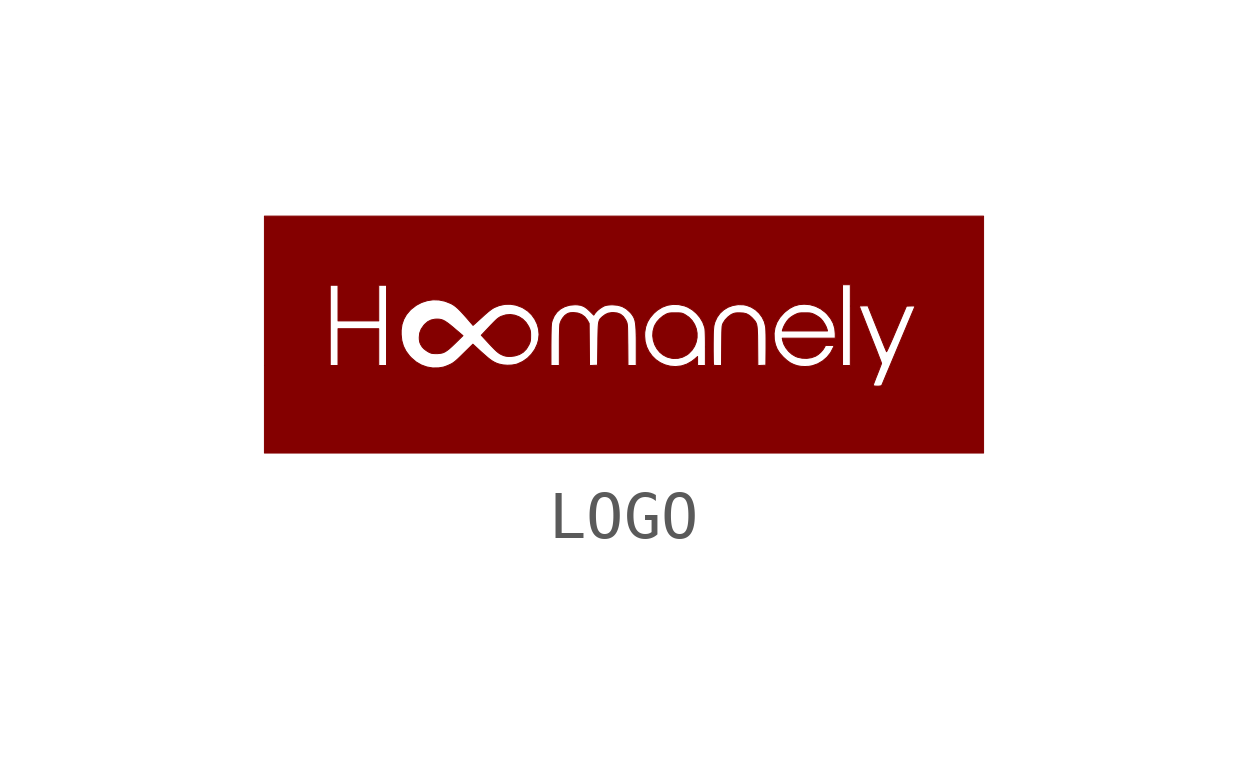
<source format=kicad_sym>
(kicad_symbol_lib
  (version 20220914)
  (generator bitmap2component)
  (symbol "LOGO"
    (pin_names
      (offset 1.016))
    (property "Reference" "#G"
      (at 0 1.84 0)
      (effects (font (size 1.27 1.27)) hide))
    (symbol "LOGO_0_0"
      (polyline (pts (xy 7.506 -0.006) (xy 7.506 2.463) (xy 0.012 2.463) (xy -7.483 2.463) (xy -7.483 -0.006) (xy -7.483 -0.651) (xy -6.112 -0.651) (xy -6.112 0.186) (xy -6.112 1.022) (xy -6.03 1.022) (xy -5.949 1.022) (xy -5.949 0.651) (xy -5.949 0.279) (xy -5.525 0.279) (xy -5.101 0.279) (xy -5.101 0.651) (xy -5.101 1.022) (xy -5.02 1.022) (xy -4.938 1.022) (xy -4.938 0.186) (xy -4.938 -0.006) (xy -4.633 -0.006) (xy -4.633 0.085) (xy -4.616 0.204) (xy -4.579 0.312) (xy -4.523 0.411) (xy -4.445 0.503) (xy -4.419 0.527) (xy -4.318 0.605) (xy -4.207 0.663) (xy -4.089 0.701) (xy -3.967 0.719) (xy -3.843 0.715) (xy -3.721 0.69) (xy -3.602 0.643) (xy -3.589 0.637) (xy -3.543 0.61) (xy -3.497 0.577) (xy -3.45 0.536) (xy -3.397 0.483) (xy -3.336 0.417) (xy -3.264 0.336) (xy -3.135 0.186) (xy -3.085 0.229) (xy -3.076 0.238) (xy -3.044 0.267) (xy -3.001 0.306) (xy -2.952 0.35) (xy -2.901 0.397) (xy -2.896 0.402) (xy -2.815 0.472) (xy -2.747 0.524) (xy -2.693 0.557) (xy -2.591 0.598) (xy -2.472 0.624) (xy -2.353 0.626) (xy -2.236 0.606) (xy -2.119 0.562) (xy -2.091 0.548) (xy -1.995 0.485) (xy -1.913 0.406) (xy -1.848 0.315) (xy -1.799 0.214) (xy -1.769 0.107) (xy -1.759 -0.004) (xy -1.771 -0.116) (xy -1.796 -0.205) (xy -1.812 -0.239) (xy -1.511 -0.239) (xy -1.51 -0.12) (xy -1.509 -0.012) (xy -1.507 0.079) (xy -1.505 0.152) (xy -1.501 0.204) (xy -1.498 0.235) (xy -1.484 0.288) (xy -1.442 0.384) (xy -1.384 0.464) (xy -1.31 0.529) (xy -1.222 0.576) (xy -1.121 0.606) (xy -1.008 0.616) (xy -0.961 0.614) (xy -0.889 0.604) (xy -0.826 0.58) (xy -0.765 0.54) (xy -0.702 0.482) (xy -0.619 0.399) (xy -0.592 0.439) (xy -0.587 0.446) (xy -0.542 0.495) (xy -0.483 0.542) (xy -0.418 0.582) (xy -0.406 0.588) (xy -0.369 0.601) (xy -0.322 0.609) (xy -0.26 0.614) (xy -0.221 0.614) (xy -0.116 0.605) (xy -0.025 0.578) (xy 0.057 0.532) (xy 0.131 0.466) (xy 0.16 0.435) (xy 0.186 0.401) (xy 0.208 0.366) (xy 0.226 0.328) (xy 0.24 0.284) (xy 0.25 0.232) (xy 0.257 0.169) (xy 0.262 0.092) (xy 0.265 0.000400) (xy 0.266 -0.032) (xy 0.442 -0.032) (xy 0.444 0.042) (xy 0.463 0.153) (xy 0.499 0.253) (xy 0.555 0.346) (xy 0.633 0.437) (xy 0.71 0.504) (xy 0.81 0.565) (xy 0.917 0.605) (xy 1.031 0.623) (xy 1.15 0.619) (xy 1.273 0.592) (xy 1.343 0.564) (xy 1.437 0.508) (xy 1.522 0.435) (xy 1.595 0.349) (xy 1.653 0.252) (xy 1.691 0.149) (xy 1.696 0.129) (xy 1.7 0.097) (xy 1.703 0.053) (xy 1.705 -0.004) (xy 1.707 -0.077) (xy 1.708 -0.169) (xy 1.708 -0.262) (xy 1.871 -0.262) (xy 1.871 -0.198) (xy 1.872 -0.092) (xy 1.873 -0.006) (xy 1.875 0.062) (xy 1.879 0.116) (xy 1.883 0.158) (xy 1.888 0.189) (xy 1.906 0.255) (xy 1.951 0.353) (xy 2.013 0.439) (xy 2.09 0.509) (xy 2.18 0.564) (xy 2.28 0.6) (xy 2.389 0.618) (xy 2.503 0.615) (xy 2.566 0.603) (xy 2.663 0.566) (xy 2.752 0.511) (xy 2.828 0.44) (xy 2.891 0.356) (xy 2.937 0.261) (xy 2.963 0.157) (xy 2.963 0.157) (xy 2.966 0.122) (xy 2.969 0.067) (xy 2.97 0.021) (xy 3.14 0.021) (xy 3.158 0.137) (xy 3.198 0.247) (xy 3.26 0.349) (xy 3.344 0.444) (xy 3.369 0.467) (xy 3.463 0.539) (xy 3.558 0.589) (xy 3.659 0.618) (xy 3.767 0.627) (xy 3.887 0.617) (xy 4.003 0.584) (xy 4.111 0.53) (xy 4.208 0.456) (xy 4.241 0.424) (xy 4.317 0.33) (xy 4.372 0.231) (xy 4.404 0.124) (xy 4.415 0.01) (xy 4.415 -0.081) (xy 3.863 -0.081) (xy 3.31 -0.081) (xy 3.318 -0.125) (xy 3.318 -0.128) (xy 3.343 -0.207) (xy 3.386 -0.284) (xy 3.443 -0.356) (xy 3.511 -0.416) (xy 3.586 -0.461) (xy 3.629 -0.478) (xy 3.722 -0.498) (xy 3.821 -0.502) (xy 3.917 -0.488) (xy 4.004 -0.457) (xy 4.058 -0.423) (xy 4.112 -0.376) (xy 4.159 -0.322) (xy 4.192 -0.27) (xy 4.21 -0.232) (xy 4.301 -0.232) (xy 4.392 -0.232) (xy 4.374 -0.276) (xy 4.373 -0.278) (xy 4.317 -0.385) (xy 4.242 -0.478) (xy 4.152 -0.555) (xy 4.048 -0.616) (xy 3.949 -0.651) (xy 4.566 -0.651) (xy 4.566 0.192) (xy 4.566 1.034) (xy 4.648 1.034) (xy 4.729 1.034) (xy 4.729 0.588) (xy 4.915 0.588) (xy 4.916 0.589) (xy 4.931 0.591) (xy 4.963 0.592) (xy 5.005 0.593) (xy 5.096 0.593) (xy 5.286 0.119) (xy 5.313 0.051) (xy 5.352 -0.044) (xy 5.387 -0.131) (xy 5.418 -0.207) (xy 5.444 -0.271) (xy 5.465 -0.319) (xy 5.478 -0.351) (xy 5.484 -0.363) (xy 5.488 -0.358) (xy 5.5 -0.335) (xy 5.52 -0.293) (xy 5.546 -0.236) (xy 5.578 -0.165) (xy 5.614 -0.083) (xy 5.653 0.009) (xy 5.695 0.107) (xy 5.899 0.587) (xy 5.989 0.59) (xy 6.022 0.591) (xy 6.056 0.59) (xy 6.072 0.586) (xy 6.074 0.579) (xy 6.074 0.578) (xy 6.068 0.564) (xy 6.054 0.53) (xy 6.032 0.478) (xy 6.003 0.41) (xy 5.969 0.328) (xy 5.928 0.232) (xy 5.884 0.126) (xy 5.835 0.01) (xy 5.783 -0.114) (xy 5.728 -0.244) (xy 5.724 -0.253) (xy 5.67 -0.383) (xy 5.618 -0.506) (xy 5.57 -0.621) (xy 5.525 -0.727) (xy 5.485 -0.822) (xy 5.451 -0.903) (xy 5.423 -0.97) (xy 5.402 -1.021) (xy 5.388 -1.053) (xy 5.383 -1.066) (xy 5.376 -1.071) (xy 5.353 -1.077) (xy 5.318 -1.081) (xy 5.279 -1.081) (xy 5.242 -1.079) (xy 5.216 -1.074) (xy 5.205 -1.066) (xy 5.206 -1.065) (xy 5.211 -1.046) (xy 5.224 -1.01) (xy 5.243 -0.961) (xy 5.266 -0.9) (xy 5.293 -0.834) (xy 5.298 -0.82) (xy 5.324 -0.755) (xy 5.346 -0.697) (xy 5.364 -0.65) (xy 5.376 -0.618) (xy 5.38 -0.605) (xy 5.378 -0.6) (xy 5.37 -0.576) (xy 5.354 -0.534) (xy 5.331 -0.475) (xy 5.303 -0.402) (xy 5.27 -0.316) (xy 5.232 -0.22) (xy 5.191 -0.116) (xy 5.147 -0.005) (xy 5.122 0.059) (xy 5.08 0.166) (xy 5.041 0.265) (xy 5.006 0.355) (xy 4.975 0.433) (xy 4.95 0.497) (xy 4.931 0.546) (xy 4.919 0.577) (xy 4.915 0.588) (xy 4.729 0.588) (xy 4.729 0.192) (xy 4.729 -0.651) (xy 4.648 -0.651) (xy 4.566 -0.651) (xy 3.949 -0.651) (xy 3.934 -0.656) (xy 3.863 -0.668) (xy 3.781 -0.672) (xy 3.699 -0.668) (xy 3.628 -0.656) (xy 3.553 -0.631) (xy 3.48 -0.596) (xy 3.411 -0.547) (xy 3.338 -0.481) (xy 3.327 -0.47) (xy 3.255 -0.389) (xy 3.203 -0.306) (xy 3.168 -0.218) (xy 3.146 -0.119) (xy 3.144 -0.102) (xy 3.14 0.021) (xy 2.97 0.021) (xy 2.971 -0.004) (xy 2.972 -0.088) (xy 2.972 -0.183) (xy 2.972 -0.285) (xy 2.969 -0.645) (xy 2.885 -0.648) (xy 2.801 -0.652) (xy 2.798 -0.242) (xy 2.797 -0.126) (xy 2.796 -0.03) (xy 2.793 0.047) (xy 2.79 0.11) (xy 2.785 0.159) (xy 2.778 0.199) (xy 2.768 0.23) (xy 2.755 0.257) (xy 2.738 0.282) (xy 2.717 0.306) (xy 2.691 0.334) (xy 2.677 0.349) (xy 2.622 0.396) (xy 2.566 0.427) (xy 2.502 0.443) (xy 2.423 0.447) (xy 2.372 0.447) (xy 2.329 0.443) (xy 2.296 0.434) (xy 2.263 0.42) (xy 2.24 0.408) (xy 2.177 0.36) (xy 2.12 0.3) (xy 2.079 0.236) (xy 2.077 0.232) (xy 2.07 0.217) (xy 2.064 0.202) (xy 2.06 0.184) (xy 2.056 0.161) (xy 2.054 0.13) (xy 2.052 0.088) (xy 2.05 0.033) (xy 2.049 -0.037) (xy 2.048 -0.126) (xy 2.047 -0.235) (xy 2.044 -0.651) (xy 1.965 -0.651) (xy 1.924 -0.65) (xy 1.893 -0.647) (xy 1.878 -0.643) (xy 1.877 -0.638) (xy 1.876 -0.613) (xy 1.874 -0.569) (xy 1.873 -0.51) (xy 1.872 -0.437) (xy 1.871 -0.353) (xy 1.871 -0.262) (xy 1.708 -0.262) (xy 1.708 -0.282) (xy 1.708 -0.651) (xy 1.627 -0.651) (xy 1.545 -0.651) (xy 1.545 -0.557) (xy 1.545 -0.463) (xy 1.485 -0.516) (xy 1.421 -0.565) (xy 1.322 -0.621) (xy 1.219 -0.656) (xy 1.2 -0.66) (xy 1.085 -0.673) (xy 0.972 -0.664) (xy 0.865 -0.636) (xy 0.765 -0.59) (xy 0.675 -0.528) (xy 0.597 -0.451) (xy 0.532 -0.361) (xy 0.483 -0.261) (xy 0.452 -0.15) (xy 0.442 -0.032) (xy 0.266 -0.032) (xy 0.267 -0.11) (xy 0.267 -0.241) (xy 0.267 -0.651) (xy 0.181 -0.651) (xy 0.094 -0.651) (xy 0.091 -0.218) (xy 0.09 -0.179) (xy 0.089 -0.074) (xy 0.088 0.01) (xy 0.087 0.078) (xy 0.086 0.131) (xy 0.084 0.171) (xy 0.081 0.201) (xy 0.077 0.224) (xy 0.073 0.242) (xy 0.067 0.257) (xy 0.06 0.273) (xy 0.046 0.302) (xy -0.002 0.37) (xy -0.059 0.417) (xy -0.129 0.444) (xy -0.212 0.453) (xy -0.247 0.452) (xy -0.318 0.44) (xy -0.379 0.412) (xy -0.439 0.367) (xy -0.448 0.359) (xy -0.468 0.34) (xy -0.485 0.322) (xy -0.498 0.302) (xy -0.508 0.278) (xy -0.516 0.248) (xy -0.522 0.209) (xy -0.526 0.159) (xy -0.529 0.095) (xy -0.531 0.015) (xy -0.533 -0.084) (xy -0.534 -0.203) (xy -0.54 -0.645) (xy -0.624 -0.648) (xy -0.707 -0.652) (xy -0.711 -0.212) (xy -0.715 0.227) (xy -0.749 0.288) (xy -0.753 0.296) (xy -0.806 0.364) (xy -0.872 0.413) (xy -0.951 0.443) (xy -1.041 0.453) (xy -1.042 0.453) (xy -1.095 0.451) (xy -1.137 0.443) (xy -1.175 0.426) (xy -1.222 0.392) (xy -1.266 0.34) (xy -1.302 0.28) (xy -1.324 0.219) (xy -1.325 0.215) (xy -1.328 0.182) (xy -1.331 0.128) (xy -1.333 0.056) (xy -1.335 -0.031) (xy -1.336 -0.132) (xy -1.336 -0.245) (xy -1.336 -0.651) (xy -1.423 -0.651) (xy -1.511 -0.651) (xy -1.511 -0.239) (xy -1.812 -0.239) (xy -1.847 -0.315) (xy -1.917 -0.413) (xy -2.001 -0.498) (xy -2.1 -0.567) (xy -2.209 -0.617) (xy -2.237 -0.626) (xy -2.323 -0.641) (xy -2.418 -0.645) (xy -2.512 -0.638) (xy -2.597 -0.619) (xy -2.641 -0.604) (xy -2.685 -0.584) (xy -2.729 -0.559) (xy -2.776 -0.527) (xy -2.829 -0.485) (xy -2.892 -0.43) (xy -2.969 -0.362) (xy -3.138 -0.206) (xy -3.333 -0.397) (xy -3.394 -0.457) (xy -3.446 -0.507) (xy -3.488 -0.545) (xy -3.523 -0.574) (xy -3.554 -0.596) (xy -3.583 -0.614) (xy -3.614 -0.629) (xy -3.62 -0.632) (xy -3.67 -0.654) (xy -3.717 -0.672) (xy -3.754 -0.684) (xy -3.85 -0.7) (xy -3.976 -0.702) (xy -4.098 -0.681) (xy -4.214 -0.639) (xy -4.322 -0.576) (xy -4.42 -0.492) (xy -4.459 -0.451) (xy -4.533 -0.352) (xy -4.586 -0.247) (xy -4.619 -0.133) (xy -4.633 -0.006) (xy -4.938 -0.006) (xy -4.938 -0.651) (xy -5.02 -0.651) (xy -5.101 -0.651) (xy -5.101 -0.267) (xy -5.101 0.116) (xy -5.525 0.116) (xy -5.949 0.116) (xy -5.949 -0.267) (xy -5.949 -0.651) (xy -6.03 -0.651) (xy -6.112 -0.651) (xy -7.483 -0.651) (xy -7.483 -2.475) (xy 0.012 -2.475) (xy 7.506 -2.475) (xy 7.506 -0.006)) (stroke (width 0.01) (type default)) (fill (type outline)))
      (polyline (pts (xy -2.339 -0.461) (xy -2.262 -0.451) (xy -2.169 -0.422) (xy -2.089 -0.374) (xy -2.023 -0.307) (xy -1.971 -0.221) (xy -1.96 -0.197) (xy -1.947 -0.163) (xy -1.939 -0.13) (xy -1.936 -0.09) (xy -1.935 -0.035) (xy -1.935 0.001) (xy -1.937 0.046) (xy -1.943 0.08) (xy -1.954 0.114) (xy -1.972 0.153) (xy -1.977 0.164) (xy -2.031 0.248) (xy -2.099 0.316) (xy -2.179 0.367) (xy -2.266 0.399) (xy -2.359 0.412) (xy -2.454 0.404) (xy -2.548 0.374) (xy -2.552 0.372) (xy -2.578 0.359) (xy -2.603 0.343) (xy -2.632 0.321) (xy -2.665 0.291) (xy -2.706 0.25) (xy -2.758 0.197) (xy -2.822 0.129) (xy -2.963 -0.02) (xy -2.805 -0.191) (xy -2.744 -0.256) (xy -2.69 -0.311) (xy -2.645 -0.354) (xy -2.606 -0.386) (xy -2.57 -0.41) (xy -2.534 -0.428) (xy -2.495 -0.444) (xy -2.49 -0.446) (xy -2.447 -0.457) (xy -2.4 -0.462) (xy -2.339 -0.461)) (stroke (width 0.01) (type default)) (fill (type outline)))
      (polyline (pts (xy -3.875 -0.403) (xy -3.853 -0.401) (xy -3.806 -0.396) (xy -3.764 -0.386) (xy -3.723 -0.368) (xy -3.679 -0.34) (xy -3.63 -0.302) (xy -3.572 -0.25) (xy -3.502 -0.183) (xy -3.345 -0.029) (xy -3.509 0.11) (xy -3.545 0.141) (xy -3.614 0.198) (xy -3.671 0.241) (xy -3.719 0.273) (xy -3.761 0.295) (xy -3.8 0.308) (xy -3.84 0.315) (xy -3.883 0.317) (xy -3.929 0.315) (xy -4.009 0.298) (xy -4.079 0.263) (xy -4.143 0.207) (xy -4.163 0.184) (xy -4.216 0.107) (xy -4.247 0.025) (xy -4.256 -0.063) (xy -4.255 -0.106) (xy -4.247 -0.161) (xy -4.229 -0.208) (xy -4.198 -0.258) (xy -4.196 -0.262) (xy -4.16 -0.301) (xy -4.111 -0.339) (xy -4.058 -0.372) (xy -4.008 -0.394) (xy -4.005 -0.395) (xy -3.972 -0.4) (xy -3.925 -0.403) (xy -3.875 -0.403)) (stroke (width 0.01) (type default)) (fill (type outline)))
      (polyline (pts (xy 1.138 -0.501) (xy 1.232 -0.477) (xy 1.321 -0.431) (xy 1.359 -0.403) (xy 1.429 -0.331) (xy 1.482 -0.25) (xy 1.517 -0.161) (xy 1.535 -0.069) (xy 1.535 0.026) (xy 1.518 0.118) (xy 1.483 0.206) (xy 1.431 0.287) (xy 1.363 0.357) (xy 1.278 0.414) (xy 1.266 0.42) (xy 1.239 0.433) (xy 1.213 0.441) (xy 1.182 0.445) (xy 1.14 0.447) (xy 1.081 0.447) (xy 1.061 0.447) (xy 1.007 0.447) (xy 0.968 0.444) (xy 0.938 0.438) (xy 0.91 0.429) (xy 0.879 0.414) (xy 0.822 0.379) (xy 0.756 0.324) (xy 0.699 0.261) (xy 0.658 0.195) (xy 0.641 0.158) (xy 0.616 0.064) (xy 0.61 -0.032) (xy 0.623 -0.127) (xy 0.652 -0.217) (xy 0.697 -0.299) (xy 0.755 -0.372) (xy 0.827 -0.431) (xy 0.91 -0.475) (xy 1.002 -0.499) (xy 1.037 -0.504) (xy 1.138 -0.501)) (stroke (width 0.01) (type default)) (fill (type outline)))
      (polyline (pts (xy 4.245 0.102) (xy 4.245 0.102) (xy 4.226 0.156) (xy 4.195 0.216) (xy 4.157 0.275) (xy 4.118 0.321) (xy 4.085 0.35) (xy 4.036 0.383) (xy 3.988 0.41) (xy 3.978 0.415) (xy 3.944 0.43) (xy 3.914 0.439) (xy 3.882 0.445) (xy 3.84 0.447) (xy 3.782 0.447) (xy 3.767 0.447) (xy 3.713 0.447) (xy 3.674 0.444) (xy 3.643 0.438) (xy 3.613 0.427) (xy 3.576 0.41) (xy 3.534 0.387) (xy 3.485 0.354) (xy 3.446 0.321) (xy 3.446 0.321) (xy 3.407 0.274) (xy 3.369 0.216) (xy 3.338 0.155) (xy 3.319 0.102) (xy 3.311 0.07) (xy 3.782 0.07) (xy 4.253 0.07) (xy 4.245 0.102)) (stroke (width 0.01) (type default)) (fill (type outline))))))
</source>
